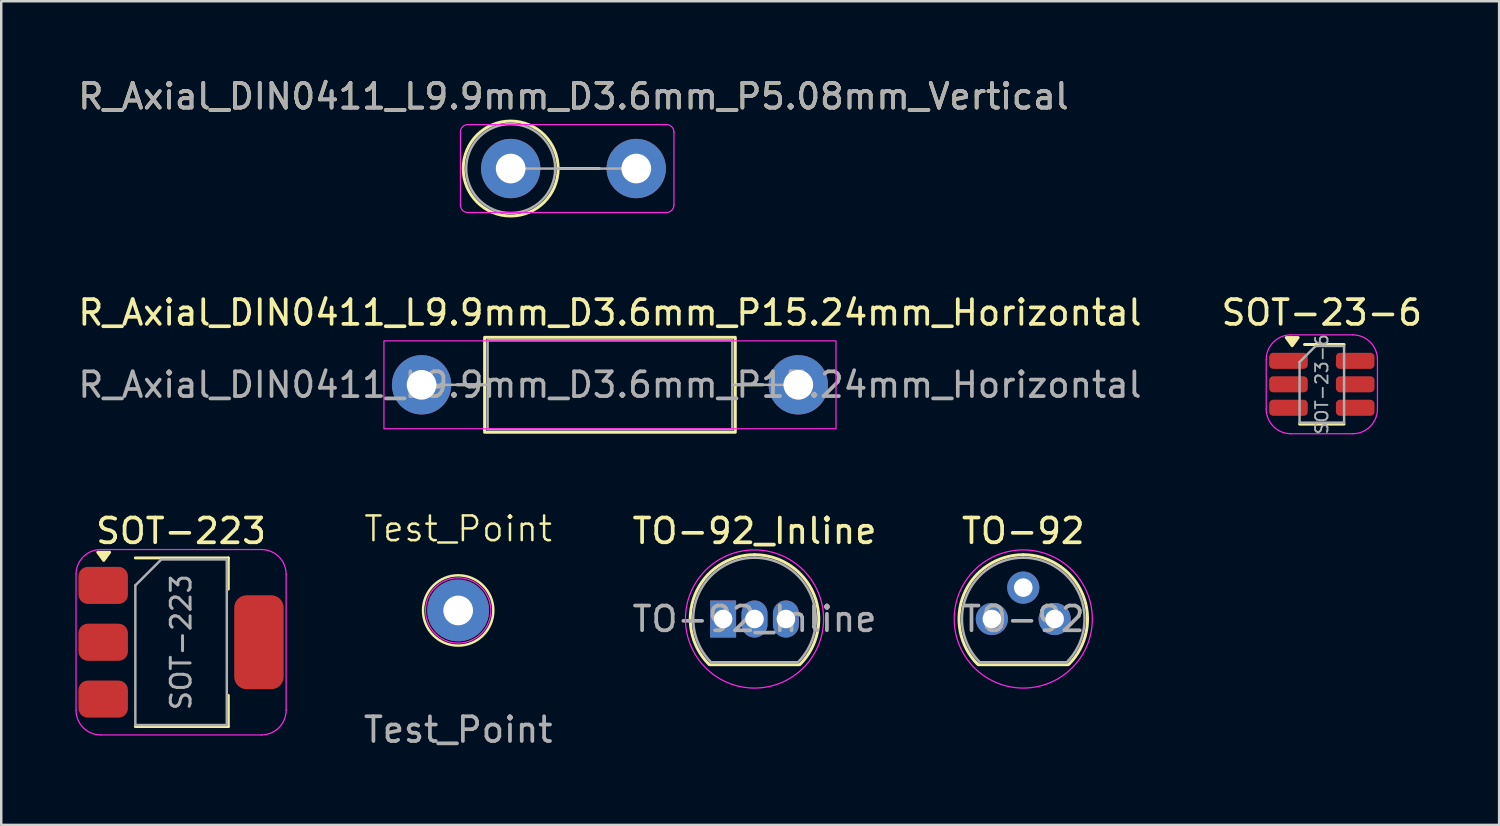
<source format=kicad_pcb>
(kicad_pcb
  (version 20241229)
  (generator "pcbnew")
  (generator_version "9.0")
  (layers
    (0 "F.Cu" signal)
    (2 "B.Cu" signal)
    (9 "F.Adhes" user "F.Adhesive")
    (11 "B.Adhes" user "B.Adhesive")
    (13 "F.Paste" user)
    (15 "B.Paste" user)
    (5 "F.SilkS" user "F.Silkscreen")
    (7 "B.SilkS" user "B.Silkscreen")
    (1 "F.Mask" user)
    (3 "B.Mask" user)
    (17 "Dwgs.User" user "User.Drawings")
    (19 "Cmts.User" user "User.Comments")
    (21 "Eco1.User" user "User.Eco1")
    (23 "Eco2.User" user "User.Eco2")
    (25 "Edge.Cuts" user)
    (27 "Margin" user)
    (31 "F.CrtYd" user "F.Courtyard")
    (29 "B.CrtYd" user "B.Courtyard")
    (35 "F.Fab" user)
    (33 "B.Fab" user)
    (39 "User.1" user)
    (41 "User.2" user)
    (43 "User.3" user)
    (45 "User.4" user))
  (footprint "TO-92_Inline"
    (layer "F.Cu")
    (at 26.203 21.991)
    (property "Reference" "TO-92_Inline" (at 1.27 -3.56 0) (layer "F.SilkS") (effects (font (size 1 1) (thickness 0.15))))
    (attr through_hole)
    (fp_line (start -0.53 1.85) (end 3.07 1.85) (stroke (width 0.12) (type solid)) (layer "F.SilkS"))
    (fp_arc (start -0.568478 1.838478) (mid -1.132087 -0.994977) (end 1.27 -2.6) (stroke (width 0.12) (type solid)) (layer "F.SilkS"))
    (fp_arc (start 1.27 -2.6) (mid 3.672087 -0.994977) (end 3.108478 1.838478) (stroke (width 0.12) (type solid)) (layer "F.SilkS"))
    (fp_circle (center 1.27 0) (end 4.064 0) (stroke (width 0.05) (type default)) (fill no) (layer "F.CrtYd"))
    (fp_line (start -0.5 1.75) (end 3 1.75) (stroke (width 0.1) (type solid)) (layer "F.Fab"))
    (fp_arc (start -0.483625 1.753625) (mid -1.021221 -0.949055) (end 1.27 -2.48) (stroke (width 0.1) (type solid)) (layer "F.Fab"))
    (fp_arc (start 1.27 -2.48) (mid 3.561221 -0.949055) (end 3.023625 1.753625) (stroke (width 0.1) (type solid)) (layer "F.Fab"))
    (fp_text user "${REFERENCE}" (at 1.27 0 0) (layer "F.Fab") (effects (font (size 1 1) (thickness 0.15))))
    (pad "1" thru_hole rect (at 0 0) (size 1.05 1.5) (drill 0.75) (layers "*.Cu" "*.Mask"))
    (pad "2" thru_hole oval (at 1.27 0) (size 1.05 1.5) (drill 0.75) (layers "*.Cu" "*.Mask"))
    (pad "3" thru_hole oval (at 2.54 0) (size 1.05 1.5) (drill 0.75) (layers "*.Cu" "*.Mask")))
  (footprint "R_Axial_DIN0411_L9.9mm_D3.6mm_P15.24mm_Horizontal"
    (layer "F.Cu")
    (at 14.005 12.517)
    (property "Reference" "R_Axial_DIN0411_L9.9mm_D3.6mm_P15.24mm_Horizontal" (at 7.62 -2.92 0) (layer "F.SilkS") (effects (font (size 1 1) (thickness 0.15))))
    (attr through_hole)
    (fp_line (start 1.44 0) (end 2.55 0) (stroke (width 0.12) (type solid)) (layer "F.SilkS"))
    (fp_line (start 13.8 0) (end 12.69 0) (stroke (width 0.12) (type solid)) (layer "F.SilkS"))
    (fp_rect (start 2.55 -1.92) (end 12.69 1.92) (stroke (width 0.12) (type solid)) (fill no) (layer "F.SilkS"))
    (fp_rect (start -1.524 -1.778) (end 16.764 1.778) (stroke (width 0.05) (type solid)) (fill no) (layer "F.CrtYd"))
    (fp_line (start 0 0) (end 2.67 0) (stroke (width 0.1) (type solid)) (layer "F.Fab"))
    (fp_line (start 15.24 0) (end 12.57 0) (stroke (width 0.1) (type solid)) (layer "F.Fab"))
    (fp_rect (start 2.67 -1.8) (end 12.57 1.8) (stroke (width 0.1) (type solid)) (fill no) (layer "F.Fab"))
    (fp_text user "${REFERENCE}" (at 7.62 0 0) (layer "F.Fab") (effects (font (size 1 1) (thickness 0.15))))
    (pad "1" thru_hole circle (at 0 0) (size 2.4 2.4) (drill 1.2) (layers "*.Cu" "*.Mask"))
    (pad "2" thru_hole circle (at 15.24 0) (size 2.4 2.4) (drill 1.2) (layers "*.Cu" "*.Mask")))
  (footprint "R_Axial_DIN0411_L9.9mm_D3.6mm_P5.08mm_Vertical"
    (layer "F.Cu")
    (at 17.609 3.768)
    (property "Reference" "R_Axial_DIN0411_L9.9mm_D3.6mm_P5.08mm_Vertical" (at 2.54 -2.92 0) (layer "F.SilkS") (effects (font (size 1 1) (thickness 0.15))))
    (attr through_hole)
    (fp_line (start 1.92 0) (end 3.58 0) (stroke (width 0.12) (type solid)) (layer "F.SilkS"))
    (fp_circle (center 0 0) (end 1.92 0) (stroke (width 0.12) (type solid)) (fill no) (layer "F.SilkS"))
    (fp_line (start -2.032 1.478) (end -2.032 -1.478) (stroke (width 0.05) (type default)) (layer "F.CrtYd"))
    (fp_line (start -1.732 -1.778) (end 6.304 -1.778) (stroke (width 0.05) (type default)) (layer "F.CrtYd"))
    (fp_line (start 6.304 1.778) (end -1.732 1.778) (stroke (width 0.05) (type default)) (layer "F.CrtYd"))
    (fp_line (start 6.604 -1.478) (end 6.604 1.478) (stroke (width 0.05) (type default)) (layer "F.CrtYd"))
    (fp_arc (start -2.032 -1.478) (mid -1.944132 -1.690132) (end -1.732 -1.778) (stroke (width 0.05) (type default)) (layer "F.CrtYd"))
    (fp_arc (start -1.732 1.778) (mid -1.944132 1.690132) (end -2.032 1.478) (stroke (width 0.05) (type default)) (layer "F.CrtYd"))
    (fp_arc (start 6.304 -1.778) (mid 6.516132 -1.690132) (end 6.604 -1.478) (stroke (width 0.05) (type default)) (layer "F.CrtYd"))
    (fp_arc (start 6.604 1.478) (mid 6.516132 1.690132) (end 6.304 1.778) (stroke (width 0.05) (type default)) (layer "F.CrtYd"))
    (fp_line (start 0 0) (end 5.08 0) (stroke (width 0.1) (type solid)) (layer "F.Fab"))
    (fp_circle (center 0 0) (end 1.8 0) (stroke (width 0.1) (type solid)) (fill no) (layer "F.Fab"))
    (fp_text user "${REFERENCE}" (at 2.54 -2.92 0) (layer "F.Fab") (effects (font (size 1 1) (thickness 0.15))))
    (pad "1" thru_hole circle (at 0 0) (size 2.4 2.4) (drill 1.2) (layers "*.Cu" "*.Mask"))
    (pad "2" thru_hole circle (at 5.08 0) (size 2.4 2.4) (drill 1.2) (layers "*.Cu" "*.Mask")))
  (footprint "TO-92"
    (layer "F.Cu")
    (at 37.075 21.991)
    (property "Reference" "TO-92" (at 1.27 -3.56 0) (layer "F.SilkS") (effects (font (size 1 1) (thickness 0.15))))
    (attr through_hole)
    (fp_line (start -0.53 1.85) (end 3.07 1.85) (stroke (width 0.12) (type solid)) (layer "F.SilkS"))
    (fp_arc (start -0.568478 1.838478) (mid -1.132087 -0.994977) (end 1.27 -2.6) (stroke (width 0.12) (type solid)) (layer "F.SilkS"))
    (fp_arc (start 1.27 -2.6) (mid 3.672087 -0.994977) (end 3.108478 1.838478) (stroke (width 0.12) (type solid)) (layer "F.SilkS"))
    (fp_circle (center 1.27 0) (end 4.064 0) (stroke (width 0.05) (type default)) (fill no) (layer "F.CrtYd"))
    (fp_line (start -0.5 1.75) (end 3 1.75) (stroke (width 0.1) (type solid)) (layer "F.Fab"))
    (fp_arc (start -0.483625 1.753625) (mid -1.021221 -0.949055) (end 1.27 -2.48) (stroke (width 0.1) (type solid)) (layer "F.Fab"))
    (fp_arc (start 1.27 -2.48) (mid 3.561221 -0.949055) (end 3.023625 1.753625) (stroke (width 0.1) (type solid)) (layer "F.Fab"))
    (fp_text user "${REFERENCE}" (at 1.27 0 0) (layer "F.Fab") (effects (font (size 1 1) (thickness 0.15))))
    (pad "1" thru_hole circle (at 0 0) (size 1.3 1.3) (drill 0.75) (layers "*.Cu" "*.Mask"))
    (pad "2" thru_hole circle (at 1.27 -1.27) (size 1.3 1.3) (drill 0.75) (layers "*.Cu" "*.Mask"))
    (pad "3" thru_hole circle (at 2.54 0) (size 1.3 1.3) (drill 0.75) (layers "*.Cu" "*.Mask")))
  (footprint "SOT-23-6"
    (layer "F.Cu")
    (at 50.423 12.496)
    (property "Reference" "SOT-23-6" (at 0 -2.9 0) (layer "F.SilkS") (effects (font (size 1 1) (thickness 0.15))))
    (attr smd)
    (fp_line (start -0.9 1.61) (end 0.9 1.61) (stroke (width 0.12) (type solid)) (layer "F.SilkS"))
    (fp_line (start 0.1 -1.61) (end -0.7 -1.61) (stroke (width 0.12) (type solid)) (layer "F.SilkS"))
    (fp_line (start 0.1 -1.61) (end 0.9 -1.61) (stroke (width 0.12) (type solid)) (layer "F.SilkS"))
    (fp_poly (pts (xy -1.2 -1.56) (xy -1.44 -1.89) (xy -0.96 -1.89) (xy -1.2 -1.56)) (stroke (width 0.12) (type solid)) (fill yes) (layer "F.SilkS"))
    (fp_line (start -2.25 1) (end -2.25 -1) (stroke (width 0.05) (type default)) (layer "F.CrtYd"))
    (fp_line (start -1.25 -2) (end 1.25 -2) (stroke (width 0.05) (type default)) (layer "F.CrtYd"))
    (fp_line (start 1.25 2) (end -1.25 2) (stroke (width 0.05) (type default)) (layer "F.CrtYd"))
    (fp_line (start 2.25 -1) (end 2.25 1) (stroke (width 0.05) (type default)) (layer "F.CrtYd"))
    (fp_arc (start -2.25 -1) (mid -1.957107 -1.707107) (end -1.25 -2) (stroke (width 0.05) (type default)) (layer "F.CrtYd"))
    (fp_arc (start -1.25 2) (mid -1.957107 1.707107) (end -2.25 1) (stroke (width 0.05) (type default)) (layer "F.CrtYd"))
    (fp_arc (start 1.25 -2) (mid 1.957107 -1.707107) (end 2.25 -1) (stroke (width 0.05) (type default)) (layer "F.CrtYd"))
    (fp_arc (start 2.25 1) (mid 1.957107 1.707107) (end 1.25 2) (stroke (width 0.05) (type default)) (layer "F.CrtYd"))
    (fp_line (start -0.9 -0.9) (end -0.9 1.55) (stroke (width 0.1) (type solid)) (layer "F.Fab"))
    (fp_line (start -0.9 -0.9) (end -0.25 -1.55) (stroke (width 0.1) (type solid)) (layer "F.Fab"))
    (fp_line (start 0.9 -1.55) (end -0.25 -1.55) (stroke (width 0.1) (type solid)) (layer "F.Fab"))
    (fp_line (start 0.9 -1.55) (end 0.9 1.55) (stroke (width 0.1) (type solid)) (layer "F.Fab"))
    (fp_line (start 0.9 1.55) (end -0.9 1.55) (stroke (width 0.1) (type solid)) (layer "F.Fab"))
    (fp_text user "${REFERENCE}" (at 0 0 90) (layer "F.Fab") (effects (font (size 0.5 0.5) (thickness 0.075))))
    (pad "1" smd roundrect (at -1.35 -0.95) (size 1.56 0.65) (layers "F.Cu" "F.Mask" "F.Paste") (roundrect_rratio 0.25))
    (pad "2" smd roundrect (at -1.35 0) (size 1.56 0.65) (layers "F.Cu" "F.Mask" "F.Paste") (roundrect_rratio 0.25))
    (pad "3" smd roundrect (at -1.35 0.95) (size 1.56 0.65) (layers "F.Cu" "F.Mask" "F.Paste") (roundrect_rratio 0.25))
    (pad "4" smd roundrect (at 1.35 0.95) (size 1.56 0.65) (layers "F.Cu" "F.Mask" "F.Paste") (roundrect_rratio 0.25))
    (pad "5" smd roundrect (at 1.35 0) (size 1.56 0.65) (layers "F.Cu" "F.Mask" "F.Paste") (roundrect_rratio 0.25))
    (pad "6" smd roundrect (at 1.35 -0.95) (size 1.56 0.65) (layers "F.Cu" "F.Mask" "F.Paste") (roundrect_rratio 0.25)))
  (footprint "Test_Point"
    (layer "F.Cu")
    (at 15.485 21.645)
    (property "Reference" "Test_Point" (at 0 -3.302 0) (unlocked yes) (layer "F.SilkS") (effects (font (size 1 1) (thickness 0.1))))
    (attr through_hole)
    (fp_circle (center 0 0) (end 1.422 0) (stroke (width 0.1) (type default)) (fill no) (layer "F.SilkS"))
    (fp_circle (center 0 0) (end 1.321 0) (stroke (width 0.05) (type default)) (fill no) (layer "F.CrtYd"))
    (fp_text user "${REFERENCE}" (at 0 4.826 0) (unlocked yes) (layer "F.Fab") (effects (font (size 1 1) (thickness 0.15))))
    (pad "1" thru_hole circle (at 0 0) (size 2.5 2.5) (drill 1.2) (layers "*.Cu" "*.Mask")))
  (footprint "SOT-223"
    (layer "F.Cu")
    (at 4.275 22.931)
    (property "Reference" "SOT-223" (at 0 -4.5 0) (layer "F.SilkS") (effects (font (size 1 1) (thickness 0.15))))
    (attr smd)
    (fp_line (start -1.85 -3.41) (end 1.91 -3.41) (stroke (width 0.12) (type solid)) (layer "F.SilkS"))
    (fp_line (start -1.85 3.41) (end 1.91 3.41) (stroke (width 0.12) (type solid)) (layer "F.SilkS"))
    (fp_line (start 1.91 -3.41) (end 1.91 -2.15) (stroke (width 0.12) (type solid)) (layer "F.SilkS"))
    (fp_line (start 1.91 3.41) (end 1.91 2.15) (stroke (width 0.12) (type solid)) (layer "F.SilkS"))
    (fp_poly (pts (xy -3.13 -3.31) (xy -3.37 -3.64) (xy -2.89 -3.64) (xy -3.13 -3.31)) (stroke (width 0.12) (type solid)) (fill yes) (layer "F.SilkS"))
    (fp_line (start -4.25 2.75) (end -4.25 -2.75) (stroke (width 0.05) (type default)) (layer "F.CrtYd"))
    (fp_line (start -3.25 -3.75) (end 3.25 -3.75) (stroke (width 0.05) (type default)) (layer "F.CrtYd"))
    (fp_line (start 3.25 3.75) (end -3.25 3.75) (stroke (width 0.05) (type default)) (layer "F.CrtYd"))
    (fp_line (start 4.25 -2.75) (end 4.25 2.75) (stroke (width 0.05) (type default)) (layer "F.CrtYd"))
    (fp_arc (start -4.25 -2.75) (mid -3.957107 -3.457107) (end -3.25 -3.75) (stroke (width 0.05) (type default)) (layer "F.CrtYd"))
    (fp_arc (start -3.25 3.75) (mid -3.957107 3.457107) (end -4.25 2.75) (stroke (width 0.05) (type default)) (layer "F.CrtYd"))
    (fp_arc (start 3.25 -3.75) (mid 3.957107 -3.457107) (end 4.25 -2.75) (stroke (width 0.05) (type default)) (layer "F.CrtYd"))
    (fp_arc (start 4.25 2.75) (mid 3.957107 3.457107) (end 3.25 3.75) (stroke (width 0.05) (type default)) (layer "F.CrtYd"))
    (fp_line (start -1.85 -2.3) (end -1.85 3.35) (stroke (width 0.1) (type solid)) (layer "F.Fab"))
    (fp_line (start -1.85 -2.3) (end -0.8 -3.35) (stroke (width 0.1) (type solid)) (layer "F.Fab"))
    (fp_line (start -1.85 3.35) (end 1.85 3.35) (stroke (width 0.1) (type solid)) (layer "F.Fab"))
    (fp_line (start -0.8 -3.35) (end 1.85 -3.35) (stroke (width 0.1) (type solid)) (layer "F.Fab"))
    (fp_line (start 1.85 -3.35) (end 1.85 3.35) (stroke (width 0.1) (type solid)) (layer "F.Fab"))
    (fp_text user "${REFERENCE}" (at 0 0 90) (layer "F.Fab") (effects (font (size 0.8 0.8) (thickness 0.12))))
    (pad "1" smd roundrect (at -3.15 -2.3) (size 2 1.5) (layers "F.Cu" "F.Mask" "F.Paste") (roundrect_rratio 0.25))
    (pad "2" smd roundrect (at -3.15 0) (size 2 1.5) (layers "F.Cu" "F.Mask" "F.Paste") (roundrect_rratio 0.25))
    (pad "3" smd roundrect (at -3.15 2.3) (size 2 1.5) (layers "F.Cu" "F.Mask" "F.Paste") (roundrect_rratio 0.25))
    (pad "4" smd roundrect (at 3.15 0) (size 2 3.8) (layers "F.Cu" "F.Mask" "F.Paste") (roundrect_rratio 0.25)))
  (gr_rect
    (start -3 -3)
    (end 57.595 30.32)
    (stroke (width 0.1) (type default))
    (fill no)
    (layer "Edge.Cuts")))
</source>
